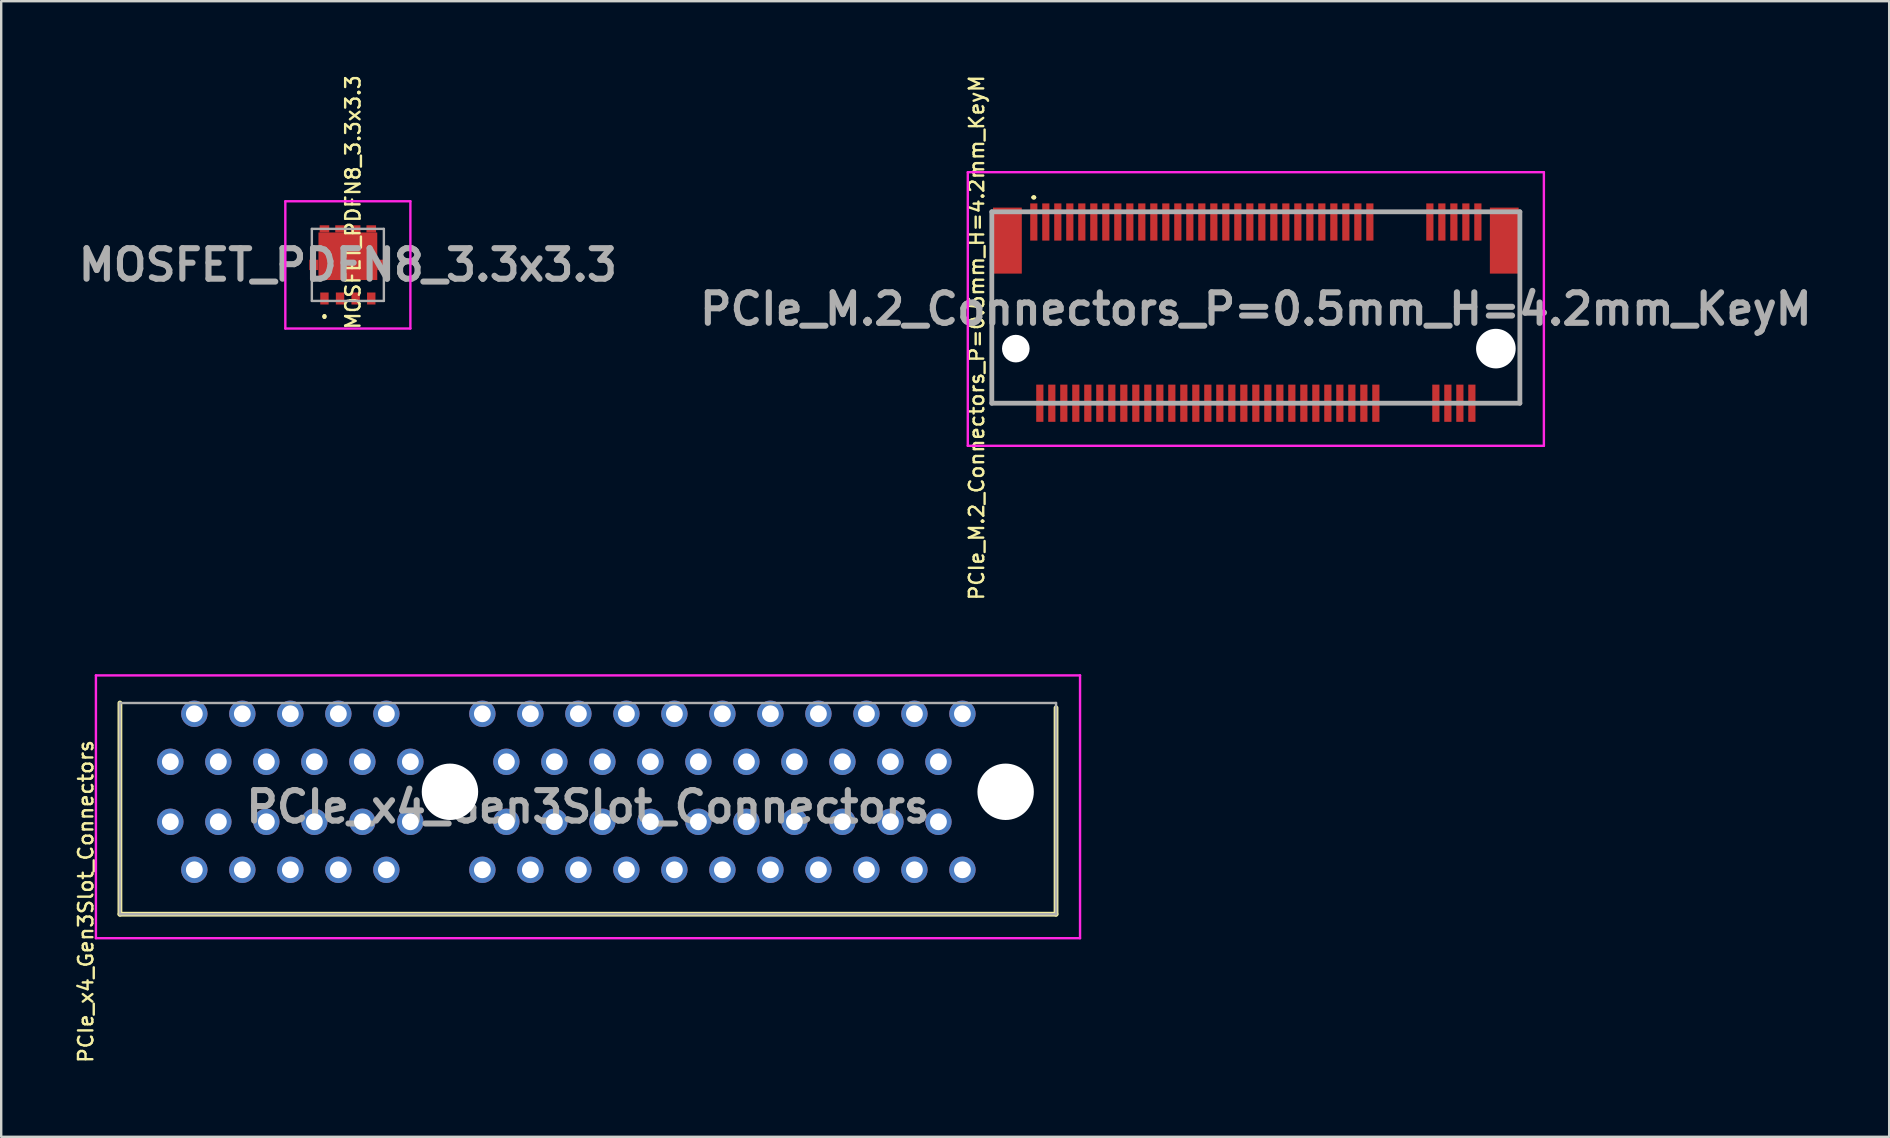
<source format=kicad_pcb>
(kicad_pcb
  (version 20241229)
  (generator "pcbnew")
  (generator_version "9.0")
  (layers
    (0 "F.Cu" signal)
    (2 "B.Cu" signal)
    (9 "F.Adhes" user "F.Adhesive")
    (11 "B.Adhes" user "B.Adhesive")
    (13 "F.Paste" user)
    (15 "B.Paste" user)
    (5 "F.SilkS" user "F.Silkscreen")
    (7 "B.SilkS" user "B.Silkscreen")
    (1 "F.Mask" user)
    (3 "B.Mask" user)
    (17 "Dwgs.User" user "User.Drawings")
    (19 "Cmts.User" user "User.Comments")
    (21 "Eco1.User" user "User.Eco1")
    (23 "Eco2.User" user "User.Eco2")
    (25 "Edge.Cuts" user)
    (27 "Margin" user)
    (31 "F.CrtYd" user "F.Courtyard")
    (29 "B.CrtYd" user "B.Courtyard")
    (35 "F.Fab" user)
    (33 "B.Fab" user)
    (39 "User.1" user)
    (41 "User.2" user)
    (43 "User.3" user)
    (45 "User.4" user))
  (footprint "PCIe_x4_Gen3Slot_Connectors"
    (layer "F.Cu")
    (at 4.046 28.687)
    (property "Reference" "PCIe_x4_Gen3Slot_Connectors" (at -3.52 5.82 270) (layer "F.SilkS") (effects (font (size 0.6 0.6) (thickness 0.1))))
    (attr through_hole)
    (fp_line (start -2.1 -2.45) (end -2.1 6.35) (stroke (width 0.2) (type solid)) (layer "F.SilkS"))
    (fp_line (start -2.1 6.35) (end 36.9 6.35) (stroke (width 0.2) (type solid)) (layer "F.SilkS"))
    (fp_line (start 36.9 6.35) (end 36.9 -2.25) (stroke (width 0.2) (type solid)) (layer "F.SilkS"))
    (fp_line (start -3.1 -3.6) (end 37.9 -3.6) (stroke (width 0.1) (type solid)) (layer "F.CrtYd"))
    (fp_line (start -3.1 7.35) (end -3.1 -3.6) (stroke (width 0.1) (type solid)) (layer "F.CrtYd"))
    (fp_line (start 37.9 -3.6) (end 37.9 7.35) (stroke (width 0.1) (type solid)) (layer "F.CrtYd"))
    (fp_line (start 37.9 7.35) (end -3.1 7.35) (stroke (width 0.1) (type solid)) (layer "F.CrtYd"))
    (fp_line (start -2.1 -2.45) (end 36.9 -2.45) (stroke (width 0.1) (type solid)) (layer "F.Fab"))
    (fp_line (start -2.1 6.35) (end -2.1 -2.45) (stroke (width 0.1) (type solid)) (layer "F.Fab"))
    (fp_line (start 36.9 -2.45) (end 36.9 6.35) (stroke (width 0.1) (type solid)) (layer "F.Fab"))
    (fp_line (start 36.9 6.35) (end -2.1 6.35) (stroke (width 0.1) (type solid)) (layer "F.Fab"))
    (fp_text user "${REFERENCE}" (at 17.4 1.875 180) (layer "F.Fab") (effects (font (size 1.27 1.27) (thickness 0.254))))
    (pad "" np_thru_hole circle (at 11.65 1.25) (size 2.35 2.35) (drill 2.35) (layers "*.Cu" "*.Mask"))
    (pad "" np_thru_hole circle (at 34.8 1.25) (size 2.35 2.35) (drill 2.35) (layers "*.Cu" "*.Mask"))
    (pad "A1" thru_hole circle (at 0 0) (size 1.1 1.1) (drill 0.7) (layers "*.Cu" "*.Mask"))
    (pad "A2" thru_hole circle (at 1 -2) (size 1.1 1.1) (drill 0.7) (layers "*.Cu" "*.Mask"))
    (pad "A3" thru_hole circle (at 2 0) (size 1.1 1.1) (drill 0.7) (layers "*.Cu" "*.Mask"))
    (pad "A4" thru_hole circle (at 3 -2) (size 1.1 1.1) (drill 0.7) (layers "*.Cu" "*.Mask"))
    (pad "A5" thru_hole circle (at 4 0) (size 1.1 1.1) (drill 0.7) (layers "*.Cu" "*.Mask"))
    (pad "A6" thru_hole circle (at 5 -2) (size 1.1 1.1) (drill 0.7) (layers "*.Cu" "*.Mask"))
    (pad "A7" thru_hole circle (at 6 0) (size 1.1 1.1) (drill 0.7) (layers "*.Cu" "*.Mask"))
    (pad "A8" thru_hole circle (at 7 -2) (size 1.1 1.1) (drill 0.7) (layers "*.Cu" "*.Mask"))
    (pad "A9" thru_hole circle (at 8 0) (size 1.1 1.1) (drill 0.7) (layers "*.Cu" "*.Mask"))
    (pad "A10" thru_hole circle (at 9 -2) (size 1.1 1.1) (drill 0.7) (layers "*.Cu" "*.Mask"))
    (pad "A11" thru_hole circle (at 10 0) (size 1.1 1.1) (drill 0.7) (layers "*.Cu" "*.Mask"))
    (pad "A12" thru_hole circle (at 13 -2) (size 1.1 1.1) (drill 0.7) (layers "*.Cu" "*.Mask"))
    (pad "A13" thru_hole circle (at 14 0) (size 1.1 1.1) (drill 0.7) (layers "*.Cu" "*.Mask"))
    (pad "A14" thru_hole circle (at 15 -2) (size 1.1 1.1) (drill 0.7) (layers "*.Cu" "*.Mask"))
    (pad "A15" thru_hole circle (at 16 0) (size 1.1 1.1) (drill 0.7) (layers "*.Cu" "*.Mask"))
    (pad "A16" thru_hole circle (at 17 -2) (size 1.1 1.1) (drill 0.7) (layers "*.Cu" "*.Mask"))
    (pad "A17" thru_hole circle (at 18 0) (size 1.1 1.1) (drill 0.7) (layers "*.Cu" "*.Mask"))
    (pad "A18" thru_hole circle (at 19 -2) (size 1.1 1.1) (drill 0.7) (layers "*.Cu" "*.Mask"))
    (pad "A19" thru_hole circle (at 20 0) (size 1.1 1.1) (drill 0.7) (layers "*.Cu" "*.Mask"))
    (pad "A20" thru_hole circle (at 21 -2) (size 1.1 1.1) (drill 0.7) (layers "*.Cu" "*.Mask"))
    (pad "A21" thru_hole circle (at 22 0) (size 1.1 1.1) (drill 0.7) (layers "*.Cu" "*.Mask"))
    (pad "A22" thru_hole circle (at 23 -2) (size 1.1 1.1) (drill 0.7) (layers "*.Cu" "*.Mask"))
    (pad "A23" thru_hole circle (at 24 0) (size 1.1 1.1) (drill 0.7) (layers "*.Cu" "*.Mask"))
    (pad "A24" thru_hole circle (at 25 -2) (size 1.1 1.1) (drill 0.7) (layers "*.Cu" "*.Mask"))
    (pad "A25" thru_hole circle (at 26 0) (size 1.1 1.1) (drill 0.7) (layers "*.Cu" "*.Mask"))
    (pad "A26" thru_hole circle (at 27 -2) (size 1.1 1.1) (drill 0.7) (layers "*.Cu" "*.Mask"))
    (pad "A27" thru_hole circle (at 28 0) (size 1.1 1.1) (drill 0.7) (layers "*.Cu" "*.Mask"))
    (pad "A28" thru_hole circle (at 29 -2) (size 1.1 1.1) (drill 0.7) (layers "*.Cu" "*.Mask"))
    (pad "A29" thru_hole circle (at 30 0) (size 1.1 1.1) (drill 0.7) (layers "*.Cu" "*.Mask"))
    (pad "A30" thru_hole circle (at 31 -2) (size 1.1 1.1) (drill 0.7) (layers "*.Cu" "*.Mask"))
    (pad "A31" thru_hole circle (at 32 0) (size 1.1 1.1) (drill 0.7) (layers "*.Cu" "*.Mask"))
    (pad "A32" thru_hole circle (at 33 -2) (size 1.1 1.1) (drill 0.7) (layers "*.Cu" "*.Mask"))
    (pad "B1" thru_hole circle (at 0 2.5) (size 1.1 1.1) (drill 0.7) (layers "*.Cu" "*.Mask"))
    (pad "B2" thru_hole circle (at 1 4.5) (size 1.1 1.1) (drill 0.7) (layers "*.Cu" "*.Mask"))
    (pad "B3" thru_hole circle (at 2 2.5) (size 1.1 1.1) (drill 0.7) (layers "*.Cu" "*.Mask"))
    (pad "B4" thru_hole circle (at 3 4.5) (size 1.1 1.1) (drill 0.7) (layers "*.Cu" "*.Mask"))
    (pad "B5" thru_hole circle (at 4 2.5) (size 1.1 1.1) (drill 0.7) (layers "*.Cu" "*.Mask"))
    (pad "B6" thru_hole circle (at 5 4.5) (size 1.1 1.1) (drill 0.7) (layers "*.Cu" "*.Mask"))
    (pad "B7" thru_hole circle (at 6 2.5) (size 1.1 1.1) (drill 0.7) (layers "*.Cu" "*.Mask"))
    (pad "B8" thru_hole circle (at 7 4.5) (size 1.1 1.1) (drill 0.7) (layers "*.Cu" "*.Mask"))
    (pad "B9" thru_hole circle (at 8 2.5) (size 1.1 1.1) (drill 0.7) (layers "*.Cu" "*.Mask"))
    (pad "B10" thru_hole circle (at 9 4.5) (size 1.1 1.1) (drill 0.7) (layers "*.Cu" "*.Mask"))
    (pad "B11" thru_hole circle (at 10 2.5) (size 1.1 1.1) (drill 0.7) (layers "*.Cu" "*.Mask"))
    (pad "B12" thru_hole circle (at 13 4.5) (size 1.1 1.1) (drill 0.7) (layers "*.Cu" "*.Mask"))
    (pad "B13" thru_hole circle (at 14 2.5) (size 1.1 1.1) (drill 0.7) (layers "*.Cu" "*.Mask"))
    (pad "B14" thru_hole circle (at 15 4.5) (size 1.1 1.1) (drill 0.7) (layers "*.Cu" "*.Mask"))
    (pad "B15" thru_hole circle (at 16 2.5) (size 1.1 1.1) (drill 0.7) (layers "*.Cu" "*.Mask"))
    (pad "B16" thru_hole circle (at 17 4.5) (size 1.1 1.1) (drill 0.7) (layers "*.Cu" "*.Mask"))
    (pad "B17" thru_hole circle (at 18 2.5) (size 1.1 1.1) (drill 0.7) (layers "*.Cu" "*.Mask"))
    (pad "B18" thru_hole circle (at 19 4.5) (size 1.1 1.1) (drill 0.7) (layers "*.Cu" "*.Mask"))
    (pad "B19" thru_hole circle (at 20 2.5) (size 1.1 1.1) (drill 0.7) (layers "*.Cu" "*.Mask"))
    (pad "B20" thru_hole circle (at 21 4.5) (size 1.1 1.1) (drill 0.7) (layers "*.Cu" "*.Mask"))
    (pad "B21" thru_hole circle (at 22 2.5) (size 1.1 1.1) (drill 0.7) (layers "*.Cu" "*.Mask"))
    (pad "B22" thru_hole circle (at 23 4.5) (size 1.1 1.1) (drill 0.7) (layers "*.Cu" "*.Mask"))
    (pad "B23" thru_hole circle (at 24 2.5) (size 1.1 1.1) (drill 0.7) (layers "*.Cu" "*.Mask"))
    (pad "B24" thru_hole circle (at 25 4.5) (size 1.1 1.1) (drill 0.7) (layers "*.Cu" "*.Mask"))
    (pad "B25" thru_hole circle (at 26 2.5) (size 1.1 1.1) (drill 0.7) (layers "*.Cu" "*.Mask"))
    (pad "B26" thru_hole circle (at 27 4.5) (size 1.1 1.1) (drill 0.7) (layers "*.Cu" "*.Mask"))
    (pad "B27" thru_hole circle (at 28 2.5) (size 1.1 1.1) (drill 0.7) (layers "*.Cu" "*.Mask"))
    (pad "B28" thru_hole circle (at 29 4.5) (size 1.1 1.1) (drill 0.7) (layers "*.Cu" "*.Mask"))
    (pad "B29" thru_hole circle (at 30 2.5) (size 1.1 1.1) (drill 0.7) (layers "*.Cu" "*.Mask"))
    (pad "B30" thru_hole circle (at 31 4.5) (size 1.1 1.1) (drill 0.7) (layers "*.Cu" "*.Mask"))
    (pad "B31" thru_hole circle (at 32 2.5) (size 1.1 1.1) (drill 0.7) (layers "*.Cu" "*.Mask"))
    (pad "B32" thru_hole circle (at 33 4.5) (size 1.1 1.1) (drill 0.7) (layers "*.Cu" "*.Mask")))
  (footprint "MOSFET_PDFN8_3.3x3.3"
    (layer "F.Cu")
    (at 11.442 7.986)
    (property "Reference" "MOSFET_PDFN8_3.3x3.3" (at 0.215 -2.61 90) (layer "F.SilkS") (effects (font (size 0.6 0.6) (thickness 0.1))))
    (attr smd)
    (fp_line (start -0.975 2.1) (end -0.975 2.1) (stroke (width 0.1) (type solid)) (layer "F.SilkS"))
    (fp_line (start -0.975 2.2) (end -0.975 2.2) (stroke (width 0.1) (type solid)) (layer "F.SilkS"))
    (fp_arc (start -0.975 2.1) (mid -0.925 2.15) (end -0.975 2.2) (stroke (width 0.1) (type solid)) (layer "F.SilkS"))
    (fp_arc (start -0.975 2.2) (mid -1.025 2.15) (end -0.975 2.1) (stroke (width 0.1) (type solid)) (layer "F.SilkS"))
    (fp_line (start -2.605 -2.65) (end 2.605 -2.65) (stroke (width 0.1) (type solid)) (layer "F.CrtYd"))
    (fp_line (start -2.605 2.65) (end -2.605 -2.65) (stroke (width 0.1) (type solid)) (layer "F.CrtYd"))
    (fp_line (start 2.605 -2.65) (end 2.605 2.65) (stroke (width 0.1) (type solid)) (layer "F.CrtYd"))
    (fp_line (start 2.605 2.65) (end -2.605 2.65) (stroke (width 0.1) (type solid)) (layer "F.CrtYd"))
    (fp_line (start -1.5 -1.5) (end 1.5 -1.5) (stroke (width 0.1) (type solid)) (layer "F.Fab"))
    (fp_line (start -1.5 1.5) (end -1.5 -1.5) (stroke (width 0.1) (type solid)) (layer "F.Fab"))
    (fp_line (start 1.5 -1.5) (end 1.5 1.5) (stroke (width 0.1) (type solid)) (layer "F.Fab"))
    (fp_line (start 1.5 1.5) (end -1.5 1.5) (stroke (width 0.1) (type solid)) (layer "F.Fab"))
    (fp_text user "${REFERENCE}" (at 0 0 0) (layer "F.Fab") (effects (font (size 1.27 1.27) (thickness 0.254))))
    (pad "1" smd rect (at -0.975 1.4) (size 0.35 0.5) (layers "F.Cu" "F.Mask" "F.Paste"))
    (pad "2" smd rect (at -0.325 1.4) (size 0.35 0.5) (layers "F.Cu" "F.Mask" "F.Paste"))
    (pad "3" smd rect (at 0.325 1.4) (size 0.35 0.5) (layers "F.Cu" "F.Mask" "F.Paste"))
    (pad "4" smd rect (at 0.975 1.4) (size 0.35 0.5) (layers "F.Cu" "F.Mask" "F.Paste"))
    (pad "5" smd rect (at 0.975 -1.5 90) (size 0.3 0.4) (layers "F.Cu" "F.Mask" "F.Paste"))
    (pad "6" smd rect (at 0.325 -1.5 90) (size 0.3 0.4) (layers "F.Cu" "F.Mask" "F.Paste"))
    (pad "7" smd rect (at -0.325 -1.5 90) (size 0.3 0.4) (layers "F.Cu" "F.Mask" "F.Paste"))
    (pad "8" smd rect (at -0.975 -1.5 90) (size 0.3 0.4) (layers "F.Cu" "F.Mask" "F.Paste"))
    (pad "9" smd rect (at 0 -0.36 90) (size 1.98 2.45) (layers "F.Cu" "F.Mask" "F.Paste"))
    (pad "10" smd rect (at 1.415 0) (size 0.38 0.43) (layers "F.Cu" "F.Mask" "F.Paste"))
    (pad "11" smd rect (at -1.415 0) (size 0.38 0.43) (layers "F.Cu" "F.Mask" "F.Paste")))
  (footprint "PCIe_M.2_Connectors_P=0.5mm_H=4.2mm_KeyM"
    (layer "F.Cu")
    (at 49.27 9.774)
    (property "Reference" "PCIe_M.2_Connectors_P=0.5mm_H=4.2mm_KeyM" (at -11.63 1.245 90) (layer "F.SilkS") (effects (font (size 0.6 0.6) (thickness 0.1))))
    (attr through_hole)
    (fp_line (start -11 -1) (end -11 3.975) (stroke (width 0.1) (type solid)) (layer "F.SilkS"))
    (fp_line (start -11 3.975) (end -10 3.975) (stroke (width 0.1) (type solid)) (layer "F.SilkS"))
    (fp_line (start -9.3 -4.6) (end -9.3 -4.6) (stroke (width 0.1) (type solid)) (layer "F.SilkS"))
    (fp_line (start -9.2 -4.6) (end -9.2 -4.6) (stroke (width 0.1) (type solid)) (layer "F.SilkS"))
    (fp_line (start 10 4) (end 11 3.975) (stroke (width 0.1) (type solid)) (layer "F.SilkS"))
    (fp_line (start 11 3.975) (end 11 -1) (stroke (width 0.1) (type solid)) (layer "F.SilkS"))
    (fp_arc (start -9.3 -4.6) (mid -9.25 -4.65) (end -9.2 -4.6) (stroke (width 0.1) (type solid)) (layer "F.SilkS"))
    (fp_arc (start -9.2 -4.6) (mid -9.25 -4.55) (end -9.3 -4.6) (stroke (width 0.1) (type solid)) (layer "F.SilkS"))
    (fp_line (start -12 -5.65) (end 12 -5.65) (stroke (width 0.1) (type solid)) (layer "F.CrtYd"))
    (fp_line (start -12 5.75) (end -12 -5.65) (stroke (width 0.1) (type solid)) (layer "F.CrtYd"))
    (fp_line (start 12 -5.65) (end 12 5.75) (stroke (width 0.1) (type solid)) (layer "F.CrtYd"))
    (fp_line (start 12 5.75) (end -12 5.75) (stroke (width 0.1) (type solid)) (layer "F.CrtYd"))
    (fp_line (start -11 -4) (end 11 -4) (stroke (width 0.2) (type solid)) (layer "F.Fab"))
    (fp_line (start -11 3.975) (end -11 -4) (stroke (width 0.2) (type solid)) (layer "F.Fab"))
    (fp_line (start 11 -4) (end 11 3.975) (stroke (width 0.2) (type solid)) (layer "F.Fab"))
    (fp_line (start 11 3.975) (end -11 3.975) (stroke (width 0.2) (type solid)) (layer "F.Fab"))
    (fp_text user "${REFERENCE}" (at 0 0.05 0) (layer "F.Fab") (effects (font (size 1.27 1.27) (thickness 0.254))))
    (pad "" np_thru_hole circle (at -10 1.7) (size 1.15 1.15) (drill 1.15) (layers "*.Cu" "*.Mask"))
    (pad "" np_thru_hole circle (at 10 1.7) (size 1.65 1.65) (drill 1.65) (layers "*.Cu" "*.Mask"))
    (pad "1" smd rect (at -9.25 -3.575) (size 0.3 1.55) (layers "F.Cu" "F.Mask" "F.Paste"))
    (pad "2" smd rect (at -9 3.975) (size 0.3 1.55) (layers "F.Cu" "F.Mask" "F.Paste"))
    (pad "3" smd rect (at -8.75 -3.575) (size 0.3 1.55) (layers "F.Cu" "F.Mask" "F.Paste"))
    (pad "4" smd rect (at -8.5 3.975) (size 0.3 1.55) (layers "F.Cu" "F.Mask" "F.Paste"))
    (pad "5" smd rect (at -8.25 -3.575) (size 0.3 1.55) (layers "F.Cu" "F.Mask" "F.Paste"))
    (pad "6" smd rect (at -8 3.975) (size 0.3 1.55) (layers "F.Cu" "F.Mask" "F.Paste"))
    (pad "7" smd rect (at -7.75 -3.575) (size 0.3 1.55) (layers "F.Cu" "F.Mask" "F.Paste"))
    (pad "8" smd rect (at -7.5 3.975) (size 0.3 1.55) (layers "F.Cu" "F.Mask" "F.Paste"))
    (pad "9" smd rect (at -7.25 -3.575) (size 0.3 1.55) (layers "F.Cu" "F.Mask" "F.Paste"))
    (pad "10" smd rect (at -7 3.975) (size 0.3 1.55) (layers "F.Cu" "F.Mask" "F.Paste"))
    (pad "11" smd rect (at -6.75 -3.575) (size 0.3 1.55) (layers "F.Cu" "F.Mask" "F.Paste"))
    (pad "12" smd rect (at -6.5 3.975) (size 0.3 1.55) (layers "F.Cu" "F.Mask" "F.Paste"))
    (pad "13" smd rect (at -6.25 -3.575) (size 0.3 1.55) (layers "F.Cu" "F.Mask" "F.Paste"))
    (pad "14" smd rect (at -6 3.975) (size 0.3 1.55) (layers "F.Cu" "F.Mask" "F.Paste"))
    (pad "15" smd rect (at -5.75 -3.575) (size 0.3 1.55) (layers "F.Cu" "F.Mask" "F.Paste"))
    (pad "16" smd rect (at -5.5 3.975) (size 0.3 1.55) (layers "F.Cu" "F.Mask" "F.Paste"))
    (pad "17" smd rect (at -5.25 -3.575) (size 0.3 1.55) (layers "F.Cu" "F.Mask" "F.Paste"))
    (pad "18" smd rect (at -5 3.975) (size 0.3 1.55) (layers "F.Cu" "F.Mask" "F.Paste"))
    (pad "19" smd rect (at -4.75 -3.575) (size 0.3 1.55) (layers "F.Cu" "F.Mask" "F.Paste"))
    (pad "20" smd rect (at -4.5 3.975) (size 0.3 1.55) (layers "F.Cu" "F.Mask" "F.Paste"))
    (pad "21" smd rect (at -4.25 -3.575) (size 0.3 1.55) (layers "F.Cu" "F.Mask" "F.Paste"))
    (pad "22" smd rect (at -4 3.975) (size 0.3 1.55) (layers "F.Cu" "F.Mask" "F.Paste"))
    (pad "23" smd rect (at -3.75 -3.575) (size 0.3 1.55) (layers "F.Cu" "F.Mask" "F.Paste"))
    (pad "24" smd rect (at -3.5 3.975) (size 0.3 1.55) (layers "F.Cu" "F.Mask" "F.Paste"))
    (pad "25" smd rect (at -3.25 -3.575) (size 0.3 1.55) (layers "F.Cu" "F.Mask" "F.Paste"))
    (pad "26" smd rect (at -3 3.975) (size 0.3 1.55) (layers "F.Cu" "F.Mask" "F.Paste"))
    (pad "27" smd rect (at -2.75 -3.575) (size 0.3 1.55) (layers "F.Cu" "F.Mask" "F.Paste"))
    (pad "28" smd rect (at -2.5 3.975) (size 0.3 1.55) (layers "F.Cu" "F.Mask" "F.Paste"))
    (pad "29" smd rect (at -2.25 -3.575) (size 0.3 1.55) (layers "F.Cu" "F.Mask" "F.Paste"))
    (pad "30" smd rect (at -2 3.975) (size 0.3 1.55) (layers "F.Cu" "F.Mask" "F.Paste"))
    (pad "31" smd rect (at -1.75 -3.575) (size 0.3 1.55) (layers "F.Cu" "F.Mask" "F.Paste"))
    (pad "32" smd rect (at -1.5 3.975) (size 0.3 1.55) (layers "F.Cu" "F.Mask" "F.Paste"))
    (pad "33" smd rect (at -1.25 -3.575) (size 0.3 1.55) (layers "F.Cu" "F.Mask" "F.Paste"))
    (pad "34" smd rect (at -1 3.975) (size 0.3 1.55) (layers "F.Cu" "F.Mask" "F.Paste"))
    (pad "35" smd rect (at -0.75 -3.575) (size 0.3 1.55) (layers "F.Cu" "F.Mask" "F.Paste"))
    (pad "36" smd rect (at -0.5 3.975) (size 0.3 1.55) (layers "F.Cu" "F.Mask" "F.Paste"))
    (pad "37" smd rect (at -0.25 -3.575) (size 0.3 1.55) (layers "F.Cu" "F.Mask" "F.Paste"))
    (pad "38" smd rect (at 0 3.975) (size 0.3 1.55) (layers "F.Cu" "F.Mask" "F.Paste"))
    (pad "39" smd rect (at 0.25 -3.575) (size 0.3 1.55) (layers "F.Cu" "F.Mask" "F.Paste"))
    (pad "40" smd rect (at 0.5 3.975) (size 0.3 1.55) (layers "F.Cu" "F.Mask" "F.Paste"))
    (pad "41" smd rect (at 0.75 -3.575) (size 0.3 1.55) (layers "F.Cu" "F.Mask" "F.Paste"))
    (pad "42" smd rect (at 1 3.975) (size 0.3 1.55) (layers "F.Cu" "F.Mask" "F.Paste"))
    (pad "43" smd rect (at 1.25 -3.575) (size 0.3 1.55) (layers "F.Cu" "F.Mask" "F.Paste"))
    (pad "44" smd rect (at 1.5 3.975) (size 0.3 1.55) (layers "F.Cu" "F.Mask" "F.Paste"))
    (pad "45" smd rect (at 1.75 -3.575) (size 0.3 1.55) (layers "F.Cu" "F.Mask" "F.Paste"))
    (pad "46" smd rect (at 2 3.975) (size 0.3 1.55) (layers "F.Cu" "F.Mask" "F.Paste"))
    (pad "47" smd rect (at 2.25 -3.575) (size 0.3 1.55) (layers "F.Cu" "F.Mask" "F.Paste"))
    (pad "48" smd rect (at 2.5 3.975) (size 0.3 1.55) (layers "F.Cu" "F.Mask" "F.Paste"))
    (pad "49" smd rect (at 2.75 -3.575) (size 0.3 1.55) (layers "F.Cu" "F.Mask" "F.Paste"))
    (pad "50" smd rect (at 3 3.975) (size 0.3 1.55) (layers "F.Cu" "F.Mask" "F.Paste"))
    (pad "51" smd rect (at 3.25 -3.575) (size 0.3 1.55) (layers "F.Cu" "F.Mask" "F.Paste"))
    (pad "52" smd rect (at 3.5 3.975) (size 0.3 1.55) (layers "F.Cu" "F.Mask" "F.Paste"))
    (pad "53" smd rect (at 3.75 -3.575) (size 0.3 1.55) (layers "F.Cu" "F.Mask" "F.Paste"))
    (pad "54" smd rect (at 4 3.975) (size 0.3 1.55) (layers "F.Cu" "F.Mask" "F.Paste"))
    (pad "55" smd rect (at 4.25 -3.575) (size 0.3 1.55) (layers "F.Cu" "F.Mask" "F.Paste"))
    (pad "56" smd rect (at 4.5 3.975) (size 0.3 1.55) (layers "F.Cu" "F.Mask" "F.Paste"))
    (pad "57" smd rect (at 4.75 -3.575) (size 0.3 1.55) (layers "F.Cu" "F.Mask" "F.Paste"))
    (pad "58" smd rect (at 5 3.975) (size 0.3 1.55) (layers "F.Cu" "F.Mask" "F.Paste"))
    (pad "67" smd rect (at 7.25 -3.575) (size 0.3 1.55) (layers "F.Cu" "F.Mask" "F.Paste"))
    (pad "68" smd rect (at 7.5 3.975) (size 0.3 1.55) (layers "F.Cu" "F.Mask" "F.Paste"))
    (pad "69" smd rect (at 7.75 -3.575) (size 0.3 1.55) (layers "F.Cu" "F.Mask" "F.Paste"))
    (pad "70" smd rect (at 8 3.975) (size 0.3 1.55) (layers "F.Cu" "F.Mask" "F.Paste"))
    (pad "71" smd rect (at 8.25 -3.575) (size 0.3 1.55) (layers "F.Cu" "F.Mask" "F.Paste"))
    (pad "72" smd rect (at 8.5 3.975) (size 0.3 1.55) (layers "F.Cu" "F.Mask" "F.Paste"))
    (pad "73" smd rect (at 8.75 -3.575) (size 0.3 1.55) (layers "F.Cu" "F.Mask" "F.Paste"))
    (pad "74" smd rect (at 9 3.975) (size 0.3 1.55) (layers "F.Cu" "F.Mask" "F.Paste"))
    (pad "75" smd rect (at 9.25 -3.575) (size 0.3 1.55) (layers "F.Cu" "F.Mask" "F.Paste"))
    (pad "MP1" smd rect (at -10.35 -2.8) (size 1.2 2.75) (layers "F.Cu" "F.Mask" "F.Paste"))
    (pad "MP2" smd rect (at 10.35 -2.8) (size 1.2 2.75) (layers "F.Cu" "F.Mask" "F.Paste")))
  (gr_rect
    (start -3 -3)
    (end 75.656 44.311)
    (stroke (width 0.1) (type default))
    (fill no)
    (layer "Edge.Cuts")))
</source>
